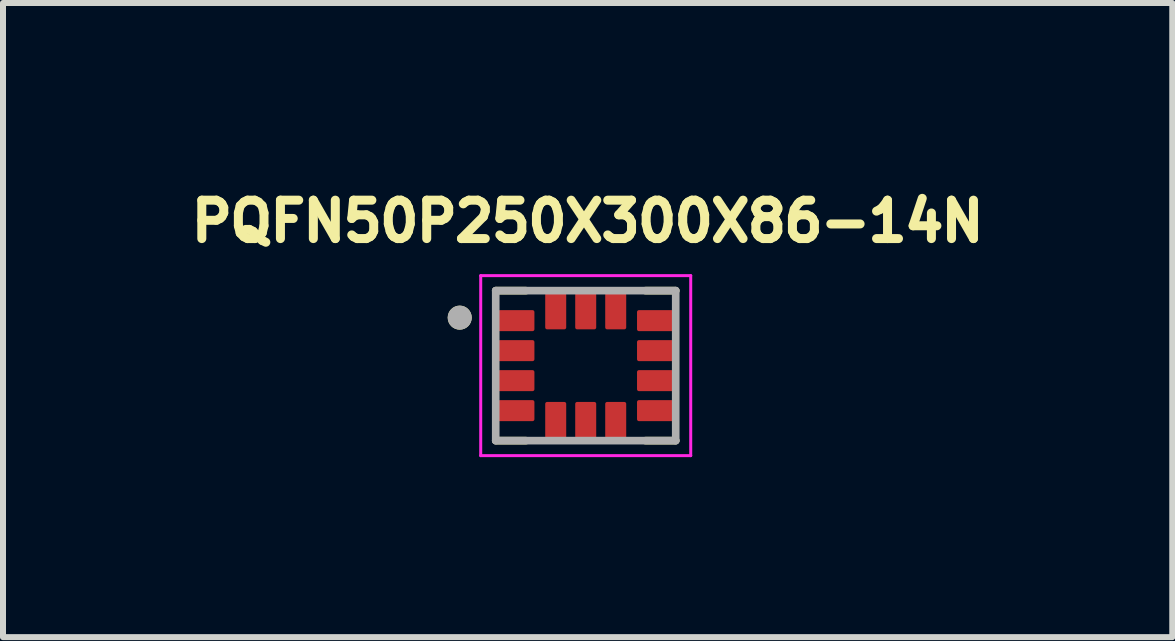
<source format=kicad_pcb>
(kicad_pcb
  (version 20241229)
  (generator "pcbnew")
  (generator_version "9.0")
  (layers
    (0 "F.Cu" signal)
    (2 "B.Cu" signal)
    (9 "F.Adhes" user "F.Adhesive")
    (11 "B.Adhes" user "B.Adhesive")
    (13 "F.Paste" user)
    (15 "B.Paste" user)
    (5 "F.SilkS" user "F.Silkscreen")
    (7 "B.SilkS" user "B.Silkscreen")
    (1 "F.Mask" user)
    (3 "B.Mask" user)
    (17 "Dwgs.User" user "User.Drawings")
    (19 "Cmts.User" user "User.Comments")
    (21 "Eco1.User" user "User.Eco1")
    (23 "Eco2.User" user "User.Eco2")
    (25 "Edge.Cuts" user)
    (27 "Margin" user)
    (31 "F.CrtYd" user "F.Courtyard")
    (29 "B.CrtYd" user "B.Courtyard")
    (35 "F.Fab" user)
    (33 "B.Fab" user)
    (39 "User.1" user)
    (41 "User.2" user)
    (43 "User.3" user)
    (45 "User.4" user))
  (footprint "PQFN50P250X300X86-14N"
    (layer "F.Cu")
    (at 6.712 3.044)
    (property "Reference" "PQFN50P250X300X86-14N" (at 0.032 -2.406 0) (layer "F.SilkS") (effects (font (size 0.64 0.64) (thickness 0.15))))
    (attr through_hole)
    (fp_line (start -1.5 -1.25) (end -0.995 -1.25) (stroke (width 0.127) (type solid)) (layer "F.SilkS"))
    (fp_line (start -1.5 1.25) (end -0.995 1.25) (stroke (width 0.127) (type solid)) (layer "F.SilkS"))
    (fp_line (start 1.5 -1.25) (end 0.995 -1.25) (stroke (width 0.127) (type solid)) (layer "F.SilkS"))
    (fp_line (start 1.5 1.25) (end 0.995 1.25) (stroke (width 0.127) (type solid)) (layer "F.SilkS"))
    (fp_circle (center -2.1 -0.8) (end -2 -0.8) (stroke (width 0.2) (type solid)) (fill no) (layer "F.SilkS"))
    (fp_line (start -1.75 -1.5) (end 1.75 -1.5) (stroke (width 0.05) (type solid)) (layer "F.CrtYd"))
    (fp_line (start -1.75 1.5) (end -1.75 -1.5) (stroke (width 0.05) (type solid)) (layer "F.CrtYd"))
    (fp_line (start 1.75 -1.5) (end 1.75 1.5) (stroke (width 0.05) (type solid)) (layer "F.CrtYd"))
    (fp_line (start 1.75 1.5) (end -1.75 1.5) (stroke (width 0.05) (type solid)) (layer "F.CrtYd"))
    (fp_line (start -1.5 -1.25) (end -1.5 1.25) (stroke (width 0.127) (type solid)) (layer "F.Fab"))
    (fp_line (start -1.5 1.25) (end 1.5 1.25) (stroke (width 0.127) (type solid)) (layer "F.Fab"))
    (fp_line (start 1.5 -1.25) (end -1.5 -1.25) (stroke (width 0.127) (type solid)) (layer "F.Fab"))
    (fp_line (start 1.5 1.25) (end 1.5 -1.25) (stroke (width 0.127) (type solid)) (layer "F.Fab"))
    (fp_circle (center -2.1 -0.8) (end -2 -0.8) (stroke (width 0.2) (type solid)) (fill no) (layer "F.Fab"))
    (pad "1" smd roundrect (at -1.16 -0.75) (size 0.61 0.35) (layers "F.Cu" "F.Mask" "F.Paste") (roundrect_rratio 0.09))
    (pad "2" smd roundrect (at -1.16 -0.25) (size 0.61 0.35) (layers "F.Cu" "F.Mask" "F.Paste") (roundrect_rratio 0.09))
    (pad "3" smd roundrect (at -1.16 0.25) (size 0.61 0.35) (layers "F.Cu" "F.Mask" "F.Paste") (roundrect_rratio 0.09))
    (pad "4" smd roundrect (at -1.16 0.75) (size 0.61 0.35) (layers "F.Cu" "F.Mask" "F.Paste") (roundrect_rratio 0.09))
    (pad "5" smd roundrect (at -0.5 0.91 90) (size 0.61 0.35) (layers "F.Cu" "F.Mask" "F.Paste") (roundrect_rratio 0.09))
    (pad "6" smd roundrect (at 0 0.91 90) (size 0.61 0.35) (layers "F.Cu" "F.Mask" "F.Paste") (roundrect_rratio 0.09))
    (pad "7" smd roundrect (at 0.5 0.91 90) (size 0.61 0.35) (layers "F.Cu" "F.Mask" "F.Paste") (roundrect_rratio 0.09))
    (pad "8" smd roundrect (at 1.16 0.75 180) (size 0.61 0.35) (layers "F.Cu" "F.Mask" "F.Paste") (roundrect_rratio 0.09))
    (pad "9" smd roundrect (at 1.16 0.25 180) (size 0.61 0.35) (layers "F.Cu" "F.Mask" "F.Paste") (roundrect_rratio 0.09))
    (pad "10" smd roundrect (at 1.16 -0.25 180) (size 0.61 0.35) (layers "F.Cu" "F.Mask" "F.Paste") (roundrect_rratio 0.09))
    (pad "11" smd roundrect (at 1.16 -0.75 180) (size 0.61 0.35) (layers "F.Cu" "F.Mask" "F.Paste") (roundrect_rratio 0.09))
    (pad "12" smd roundrect (at 0.5 -0.91 270) (size 0.61 0.35) (layers "F.Cu" "F.Mask" "F.Paste") (roundrect_rratio 0.09))
    (pad "13" smd roundrect (at 0 -0.91 270) (size 0.61 0.35) (layers "F.Cu" "F.Mask" "F.Paste") (roundrect_rratio 0.09))
    (pad "14" smd roundrect (at -0.5 -0.91 270) (size 0.61 0.35) (layers "F.Cu" "F.Mask" "F.Paste") (roundrect_rratio 0.09)))
  (gr_rect
    (start -3 -3)
    (end 16.488 7.569)
    (stroke (width 0.1) (type default))
    (fill no)
    (layer "Edge.Cuts")))
</source>
